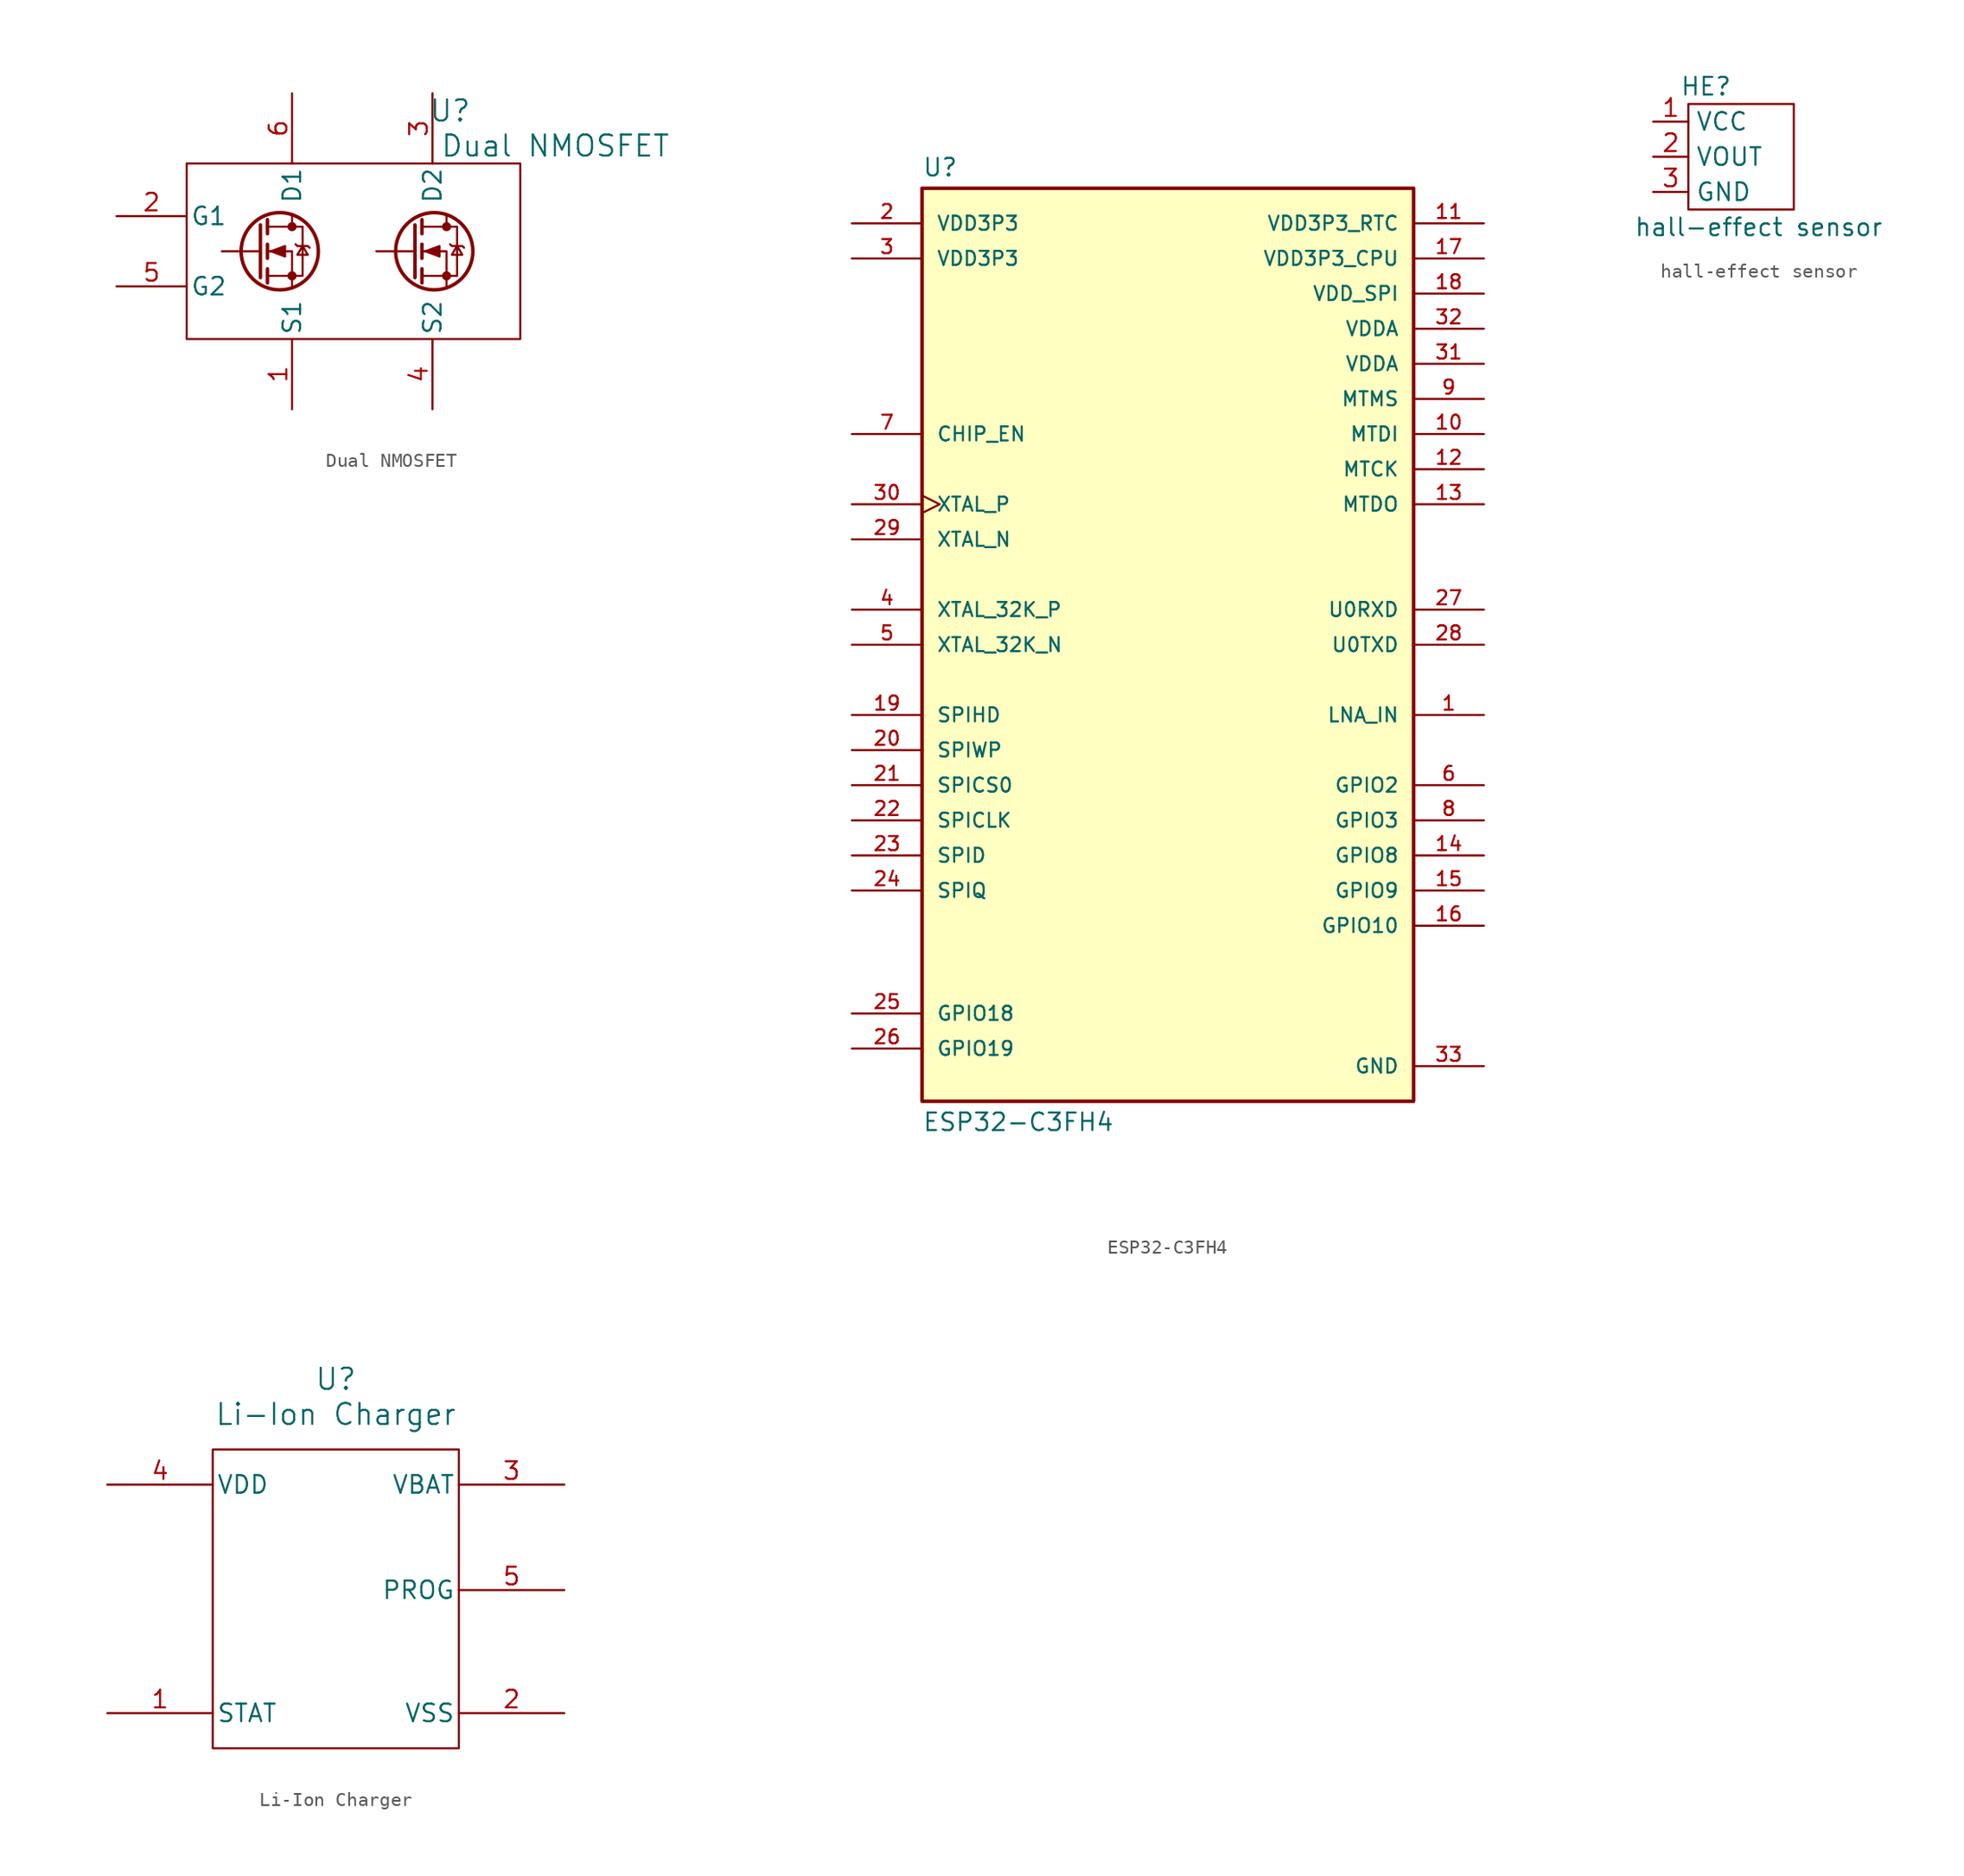
<source format=kicad_sym>
(kicad_symbol_lib
  (version 20220914)
  (generator kicad_symbol_editor)
  (symbol "Dual NMOSFET"
    (pin_names
      (offset 0.254))
    (property "Reference" "U"
      (at 6.35 10.16 0)
      (effects (font (size 1.524 1.524))))
    (property "Value" "Dual NMOSFET"
      (at 13.97 7.62 0)
      (effects (font (size 1.524 1.524))))
    (property "ki_locked" ""
      (at 0 0 0)
      (effects (font (size 1.27 1.27))))
    (symbol "Dual NMOSFET_0_1"
      (circle (center -5.969 0) (radius 2.794) (stroke (width 0.254) (type default)) (fill (type none)))
      (circle (center -5.08 -1.778) (radius 0.254) (stroke (width 0) (type default)) (fill (type outline)))
      (circle (center -5.08 1.778) (radius 0.254) (stroke (width 0) (type default)) (fill (type outline)))
      (polyline (pts (xy -7.366 0) (xy -10.16 0)) (stroke (width 0) (type default)) (fill (type none)))
      (polyline (pts (xy -7.366 1.905) (xy -7.366 -1.905)) (stroke (width 0.254) (type default)) (fill (type none)))
      (polyline (pts (xy -6.858 -1.27) (xy -6.858 -2.286)) (stroke (width 0.254) (type default)) (fill (type none)))
      (polyline (pts (xy -6.858 0.508) (xy -6.858 -0.508)) (stroke (width 0.254) (type default)) (fill (type none)))
      (polyline (pts (xy -6.858 2.286) (xy -6.858 1.27)) (stroke (width 0.254) (type default)) (fill (type none)))
      (polyline (pts (xy -5.08 2.54) (xy -5.08 1.778)) (stroke (width 0) (type default)) (fill (type none)))
      (polyline (pts (xy 3.81 0) (xy 1.016 0)) (stroke (width 0) (type default)) (fill (type none)))
      (polyline (pts (xy 3.81 1.905) (xy 3.81 -1.905)) (stroke (width 0.254) (type default)) (fill (type none)))
      (polyline (pts (xy 4.318 -1.27) (xy 4.318 -2.286)) (stroke (width 0.254) (type default)) (fill (type none)))
      (polyline (pts (xy 4.318 0.508) (xy 4.318 -0.508)) (stroke (width 0.254) (type default)) (fill (type none)))
      (polyline (pts (xy 4.318 2.286) (xy 4.318 1.27)) (stroke (width 0.254) (type default)) (fill (type none)))
      (polyline (pts (xy 6.096 2.54) (xy 6.096 1.778)) (stroke (width 0) (type default)) (fill (type none)))
      (polyline (pts (xy -5.08 -2.54) (xy -5.08 0) (xy -6.858 0)) (stroke (width 0) (type default)) (fill (type none)))
      (polyline (pts (xy 6.096 -2.54) (xy 6.096 0) (xy 4.318 0)) (stroke (width 0) (type default)) (fill (type none)))
      (polyline (pts (xy -6.858 -1.778) (xy -4.318 -1.778) (xy -4.318 1.778) (xy -6.858 1.778)) (stroke (width 0) (type default)) (fill (type none)))
      (polyline (pts (xy -6.604 0) (xy -5.588 0.381) (xy -5.588 -0.381) (xy -6.604 0)) (stroke (width 0) (type default)) (fill (type outline)))
      (polyline (pts (xy -4.826 0.508) (xy -4.699 0.381) (xy -3.937 0.381) (xy -3.81 0.254)) (stroke (width 0) (type default)) (fill (type none)))
      (polyline (pts (xy -4.318 0.381) (xy -4.699 -0.254) (xy -3.937 -0.254) (xy -4.318 0.381)) (stroke (width 0) (type default)) (fill (type none)))
      (polyline (pts (xy 4.318 -1.778) (xy 6.858 -1.778) (xy 6.858 1.778) (xy 4.318 1.778)) (stroke (width 0) (type default)) (fill (type none)))
      (polyline (pts (xy 4.572 0) (xy 5.588 0.381) (xy 5.588 -0.381) (xy 4.572 0)) (stroke (width 0) (type default)) (fill (type outline)))
      (polyline (pts (xy 6.35 0.508) (xy 6.477 0.381) (xy 7.239 0.381) (xy 7.366 0.254)) (stroke (width 0) (type default)) (fill (type none)))
      (polyline (pts (xy 6.858 0.381) (xy 6.477 -0.254) (xy 7.239 -0.254) (xy 6.858 0.381)) (stroke (width 0) (type default)) (fill (type none)))
      (circle (center 5.207 0) (radius 2.794) (stroke (width 0.254) (type default)) (fill (type none)))
      (circle (center 6.096 -1.778) (radius 0.254) (stroke (width 0) (type default)) (fill (type outline)))
      (circle (center 6.096 1.778) (radius 0.254) (stroke (width 0) (type default)) (fill (type outline))))
    (symbol "Dual NMOSFET_1_1"
      (rectangle (start -12.7 6.35) (end 11.43 -6.35) (stroke (width 0) (type default)) (fill (type none)))
      (pin unspecified line (at -5.08 -11.43 90) (length 5.08) (name "S1" (effects (font (size 1.27 1.27)))) (number "1" (effects (font (size 1.27 1.27)))))
      (pin unspecified line (at -17.78 2.54 0) (length 5.08) (name "G1" (effects (font (size 1.27 1.27)))) (number "2" (effects (font (size 1.27 1.27)))))
      (pin unspecified line (at 5.08 11.43 270) (length 5.08) (name "D2" (effects (font (size 1.27 1.27)))) (number "3" (effects (font (size 1.27 1.27)))))
      (pin unspecified line (at 5.08 -11.43 90) (length 5.08) (name "S2" (effects (font (size 1.27 1.27)))) (number "4" (effects (font (size 1.27 1.27)))))
      (pin unspecified line (at -17.78 -2.54 0) (length 5.08) (name "G2" (effects (font (size 1.27 1.27)))) (number "5" (effects (font (size 1.27 1.27)))))
      (pin unspecified line (at -5.08 11.43 270) (length 5.08) (name "D1" (effects (font (size 1.27 1.27)))) (number "6" (effects (font (size 1.27 1.27)))))))
  (symbol "ESP32-C3FH4"
    (pin_names
      (offset 1.016))
    (property "Reference" "U"
      (at -17.78 33.782 0)
      (effects (font (size 1.27 1.27)) (justify left bottom)))
    (property "Value" "ESP32-C3FH4"
      (at -17.78 -33.782 0)
      (effects (font (size 1.27 1.27)) (justify left top)))
    (symbol "ESP32-C3FH4_0_0"
      (rectangle (start -17.78 33.02) (end 17.78 -33.02) (stroke (width 0.254) (type default)) (fill (type background)))
      (pin bidirectional line (at 22.86 -5.08 180) (length 5.08) (name "LNA_IN" (effects (font (size 1.016 1.016)))) (number "1" (effects (font (size 1.016 1.016)))))
      (pin bidirectional line (at 22.86 15.24 180) (length 5.08) (name "MTDI" (effects (font (size 1.016 1.016)))) (number "10" (effects (font (size 1.016 1.016)))))
      (pin power_in line (at 22.86 30.48 180) (length 5.08) (name "VDD3P3_RTC" (effects (font (size 1.016 1.016)))) (number "11" (effects (font (size 1.016 1.016)))))
      (pin bidirectional line (at 22.86 12.7 180) (length 5.08) (name "MTCK" (effects (font (size 1.016 1.016)))) (number "12" (effects (font (size 1.016 1.016)))))
      (pin bidirectional line (at 22.86 10.16 180) (length 5.08) (name "MTDO" (effects (font (size 1.016 1.016)))) (number "13" (effects (font (size 1.016 1.016)))))
      (pin bidirectional line (at 22.86 -15.24 180) (length 5.08) (name "GPIO8" (effects (font (size 1.016 1.016)))) (number "14" (effects (font (size 1.016 1.016)))))
      (pin bidirectional line (at 22.86 -17.78 180) (length 5.08) (name "GPIO9" (effects (font (size 1.016 1.016)))) (number "15" (effects (font (size 1.016 1.016)))))
      (pin bidirectional line (at 22.86 -20.32 180) (length 5.08) (name "GPIO10" (effects (font (size 1.016 1.016)))) (number "16" (effects (font (size 1.016 1.016)))))
      (pin power_in line (at 22.86 27.94 180) (length 5.08) (name "VDD3P3_CPU" (effects (font (size 1.016 1.016)))) (number "17" (effects (font (size 1.016 1.016)))))
      (pin power_in line (at 22.86 25.4 180) (length 5.08) (name "VDD_SPI" (effects (font (size 1.016 1.016)))) (number "18" (effects (font (size 1.016 1.016)))))
      (pin bidirectional line (at -22.86 -5.08 0) (length 5.08) (name "SPIHD" (effects (font (size 1.016 1.016)))) (number "19" (effects (font (size 1.016 1.016)))))
      (pin power_in line (at -22.86 30.48 0) (length 5.08) (name "VDD3P3" (effects (font (size 1.016 1.016)))) (number "2" (effects (font (size 1.016 1.016)))))
      (pin bidirectional line (at -22.86 -7.62 0) (length 5.08) (name "SPIWP" (effects (font (size 1.016 1.016)))) (number "20" (effects (font (size 1.016 1.016)))))
      (pin bidirectional line (at -22.86 -10.16 0) (length 5.08) (name "SPICS0" (effects (font (size 1.016 1.016)))) (number "21" (effects (font (size 1.016 1.016)))))
      (pin bidirectional line (at -22.86 -12.7 0) (length 5.08) (name "SPICLK" (effects (font (size 1.016 1.016)))) (number "22" (effects (font (size 1.016 1.016)))))
      (pin bidirectional line (at -22.86 -15.24 0) (length 5.08) (name "SPID" (effects (font (size 1.016 1.016)))) (number "23" (effects (font (size 1.016 1.016)))))
      (pin bidirectional line (at -22.86 -17.78 0) (length 5.08) (name "SPIQ" (effects (font (size 1.016 1.016)))) (number "24" (effects (font (size 1.016 1.016)))))
      (pin bidirectional line (at -22.86 -26.67 0) (length 5.08) (name "GPIO18" (effects (font (size 1.016 1.016)))) (number "25" (effects (font (size 1.016 1.016)))))
      (pin bidirectional line (at -22.86 -29.21 0) (length 5.08) (name "GPIO19" (effects (font (size 1.016 1.016)))) (number "26" (effects (font (size 1.016 1.016)))))
      (pin bidirectional line (at 22.86 2.54 180) (length 5.08) (name "U0RXD" (effects (font (size 1.016 1.016)))) (number "27" (effects (font (size 1.016 1.016)))))
      (pin bidirectional line (at 22.86 0 180) (length 5.08) (name "U0TXD" (effects (font (size 1.016 1.016)))) (number "28" (effects (font (size 1.016 1.016)))))
      (pin output line (at -22.86 7.62 0) (length 5.08) (name "XTAL_N" (effects (font (size 1.016 1.016)))) (number "29" (effects (font (size 1.016 1.016)))))
      (pin power_in line (at -22.86 27.94 0) (length 5.08) (name "VDD3P3" (effects (font (size 1.016 1.016)))) (number "3" (effects (font (size 1.016 1.016)))))
      (pin input clock (at -22.86 10.16 0) (length 5.08) (name "XTAL_P" (effects (font (size 1.016 1.016)))) (number "30" (effects (font (size 1.016 1.016)))))
      (pin power_in line (at 22.86 20.32 180) (length 5.08) (name "VDDA" (effects (font (size 1.016 1.016)))) (number "31" (effects (font (size 1.016 1.016)))))
      (pin power_in line (at 22.86 22.86 180) (length 5.08) (name "VDDA" (effects (font (size 1.016 1.016)))) (number "32" (effects (font (size 1.016 1.016)))))
      (pin power_in line (at 22.86 -30.48 180) (length 5.08) (name "GND" (effects (font (size 1.016 1.016)))) (number "33" (effects (font (size 1.016 1.016)))))
      (pin bidirectional line (at -22.86 2.54 0) (length 5.08) (name "XTAL_32K_P" (effects (font (size 1.016 1.016)))) (number "4" (effects (font (size 1.016 1.016)))))
      (pin bidirectional line (at -22.86 0 0) (length 5.08) (name "XTAL_32K_N" (effects (font (size 1.016 1.016)))) (number "5" (effects (font (size 1.016 1.016)))))
      (pin bidirectional line (at 22.86 -10.16 180) (length 5.08) (name "GPIO2" (effects (font (size 1.016 1.016)))) (number "6" (effects (font (size 1.016 1.016)))))
      (pin input line (at -22.86 15.24 0) (length 5.08) (name "CHIP_EN" (effects (font (size 1.016 1.016)))) (number "7" (effects (font (size 1.016 1.016)))))
      (pin bidirectional line (at 22.86 -12.7 180) (length 5.08) (name "GPIO3" (effects (font (size 1.016 1.016)))) (number "8" (effects (font (size 1.016 1.016)))))
      (pin bidirectional line (at 22.86 17.78 180) (length 5.08) (name "MTMS" (effects (font (size 1.016 1.016)))) (number "9" (effects (font (size 1.016 1.016)))))))
  (symbol "hall-effect sensor"
    (property "Reference" "HE"
      (at -2.54 5.08 0)
      (effects (font (size 1.27 1.27))))
    (property "Value" "hall-effect sensor"
      (at 1.27 -5.08 0)
      (effects (font (size 1.27 1.27))))
    (symbol "hall-effect sensor_0_1"
      (rectangle (start -3.81 3.81) (end 3.81 -3.81) (stroke (width 0) (type default)) (fill (type none))))
    (symbol "hall-effect sensor_1_1"
      (pin input line (at -6.35 2.54 0) (length 2.54) (name "VCC" (effects (font (size 1.27 1.27)))) (number "1" (effects (font (size 1.27 1.27)))))
      (pin input line (at -6.35 0 0) (length 2.54) (name "VOUT" (effects (font (size 1.27 1.27)))) (number "2" (effects (font (size 1.27 1.27)))))
      (pin input line (at -6.35 -2.54 0) (length 2.54) (name "GND" (effects (font (size 1.27 1.27)))) (number "3" (effects (font (size 1.27 1.27)))))))
  (symbol "Li-Ion Charger"
    (pin_names
      (offset 0.254))
    (property "Reference" "U"
      (at 0 15.24 0)
      (effects (font (size 1.524 1.524))))
    (property "Value" "Li-Ion Charger"
      (at 0 12.7 0)
      (effects (font (size 1.524 1.524))))
    (property "ki_locked" ""
      (at 0 0 0)
      (effects (font (size 1.27 1.27))))
    (symbol "Li-Ion Charger_0_1"
      (pin unspecified line (at -16.51 -8.89 0) (length 7.62) (name "STAT" (effects (font (size 1.27 1.27)))) (number "1" (effects (font (size 1.27 1.27)))))
      (pin unspecified line (at 16.51 -8.89 180) (length 7.62) (name "VSS" (effects (font (size 1.27 1.27)))) (number "2" (effects (font (size 1.27 1.27)))))
      (pin unspecified line (at 16.51 7.62 180) (length 7.62) (name "VBAT" (effects (font (size 1.27 1.27)))) (number "3" (effects (font (size 1.27 1.27)))))
      (pin unspecified line (at -16.51 7.62 0) (length 7.62) (name "VDD" (effects (font (size 1.27 1.27)))) (number "4" (effects (font (size 1.27 1.27)))))
      (pin unspecified line (at 16.51 0 180) (length 7.62) (name "PROG" (effects (font (size 1.27 1.27)))) (number "5" (effects (font (size 1.27 1.27))))))
    (symbol "Li-Ion Charger_1_1"
      (rectangle (start -8.89 10.16) (end 8.89 -11.43) (stroke (width 0) (type default)) (fill (type none))))))
</source>
